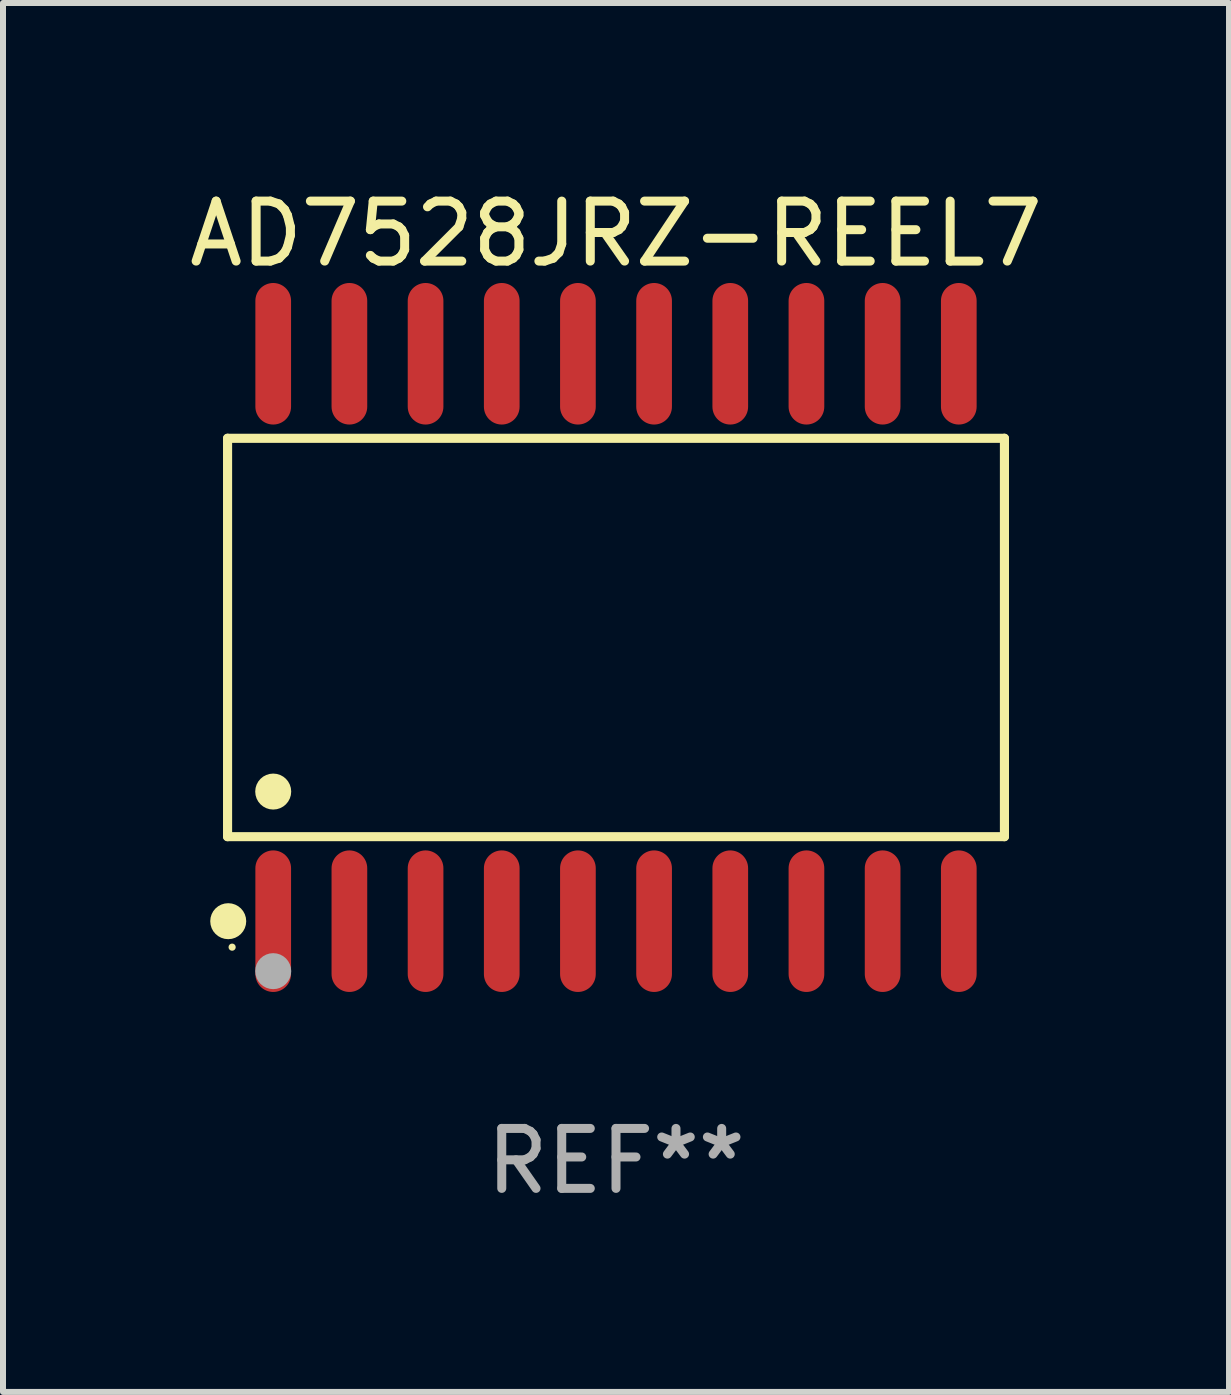
<source format=kicad_pcb>
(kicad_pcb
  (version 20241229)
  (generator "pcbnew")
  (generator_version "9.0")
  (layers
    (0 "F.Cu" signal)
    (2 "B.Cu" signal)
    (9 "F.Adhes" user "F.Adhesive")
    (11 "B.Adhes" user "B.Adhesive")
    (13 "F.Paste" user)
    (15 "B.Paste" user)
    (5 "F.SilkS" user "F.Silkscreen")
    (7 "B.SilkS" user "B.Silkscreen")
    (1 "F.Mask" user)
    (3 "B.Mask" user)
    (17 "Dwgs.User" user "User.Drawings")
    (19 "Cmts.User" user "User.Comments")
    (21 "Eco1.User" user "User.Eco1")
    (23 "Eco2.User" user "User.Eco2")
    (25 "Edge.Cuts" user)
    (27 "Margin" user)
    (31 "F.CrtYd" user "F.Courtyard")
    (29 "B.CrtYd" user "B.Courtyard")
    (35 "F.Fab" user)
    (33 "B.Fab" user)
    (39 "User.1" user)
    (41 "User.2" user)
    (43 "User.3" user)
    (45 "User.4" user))
  (footprint "AD7528JRZ-REEL7"
    (layer "F.Cu")
    (at 7.22 7.578)
    (property "Reference" "AD7528JRZ-REEL7" (at 0 -6.73 0) (layer "F.SilkS") (effects (font (size 1 1) (thickness 0.15))))
    (attr through_hole)
    (fp_line (start -6.476 -3.321) (end 6.476 -3.321) (stroke (width 0.152) (type solid)) (layer "F.SilkS"))
    (fp_line (start -6.476 3.321) (end -6.476 -3.321) (stroke (width 0.152) (type solid)) (layer "F.SilkS"))
    (fp_line (start 6.476 -3.321) (end 6.476 3.321) (stroke (width 0.152) (type solid)) (layer "F.SilkS"))
    (fp_line (start 6.476 3.321) (end -6.476 3.321) (stroke (width 0.152) (type solid)) (layer "F.SilkS"))
    (fp_circle (center -6.465 4.73) (end -6.315 4.73) (stroke (width 0.3) (type solid)) (fill no) (layer "F.SilkS"))
    (fp_circle (center -6.4 5.163) (end -6.37 5.163) (stroke (width 0.06) (type solid)) (fill no) (layer "F.SilkS"))
    (fp_circle (center -5.715 2.569) (end -5.565 2.569) (stroke (width 0.3) (type solid)) (fill no) (layer "F.SilkS"))
    (fp_circle (center -5.715 5.563) (end -5.565 5.563) (stroke (width 0.3) (type solid)) (fill no) (layer "F.Fab"))
    (fp_text user "REF**" (at 0 8.73 0) (layer "F.Fab") (effects (font (size 1 1) (thickness 0.15))))
    (pad "1" smd oval (at -5.715 4.73) (size 0.595 2.36) (layers "F.Cu" "F.Mask" "F.Paste"))
    (pad "2" smd oval (at -4.445 4.73) (size 0.595 2.36) (layers "F.Cu" "F.Mask" "F.Paste"))
    (pad "3" smd oval (at -3.175 4.73) (size 0.595 2.36) (layers "F.Cu" "F.Mask" "F.Paste"))
    (pad "4" smd oval (at -1.905 4.73) (size 0.595 2.36) (layers "F.Cu" "F.Mask" "F.Paste"))
    (pad "5" smd oval (at -0.635 4.73) (size 0.595 2.36) (layers "F.Cu" "F.Mask" "F.Paste"))
    (pad "6" smd oval (at 0.635 4.73) (size 0.595 2.36) (layers "F.Cu" "F.Mask" "F.Paste"))
    (pad "7" smd oval (at 1.905 4.73) (size 0.595 2.36) (layers "F.Cu" "F.Mask" "F.Paste"))
    (pad "8" smd oval (at 3.175 4.73) (size 0.595 2.36) (layers "F.Cu" "F.Mask" "F.Paste"))
    (pad "9" smd oval (at 4.445 4.73) (size 0.595 2.36) (layers "F.Cu" "F.Mask" "F.Paste"))
    (pad "10" smd oval (at 5.715 4.73) (size 0.595 2.36) (layers "F.Cu" "F.Mask" "F.Paste"))
    (pad "11" smd oval (at 5.715 -4.73) (size 0.595 2.36) (layers "F.Cu" "F.Mask" "F.Paste"))
    (pad "12" smd oval (at 4.445 -4.73) (size 0.595 2.36) (layers "F.Cu" "F.Mask" "F.Paste"))
    (pad "13" smd oval (at 3.175 -4.73) (size 0.595 2.36) (layers "F.Cu" "F.Mask" "F.Paste"))
    (pad "14" smd oval (at 1.905 -4.73) (size 0.595 2.36) (layers "F.Cu" "F.Mask" "F.Paste"))
    (pad "15" smd oval (at 0.635 -4.73) (size 0.595 2.36) (layers "F.Cu" "F.Mask" "F.Paste"))
    (pad "16" smd oval (at -0.635 -4.73) (size 0.595 2.36) (layers "F.Cu" "F.Mask" "F.Paste"))
    (pad "17" smd oval (at -1.905 -4.73) (size 0.595 2.36) (layers "F.Cu" "F.Mask" "F.Paste"))
    (pad "18" smd oval (at -3.175 -4.73) (size 0.595 2.36) (layers "F.Cu" "F.Mask" "F.Paste"))
    (pad "19" smd oval (at -4.445 -4.73) (size 0.595 2.36) (layers "F.Cu" "F.Mask" "F.Paste"))
    (pad "20" smd oval (at -5.715 -4.73) (size 0.595 2.36) (layers "F.Cu" "F.Mask" "F.Paste")))
  (gr_rect
    (start -3 -3)
    (end 17.44 20.156)
    (stroke (width 0.1) (type default))
    (fill no)
    (layer "Edge.Cuts")))
</source>
